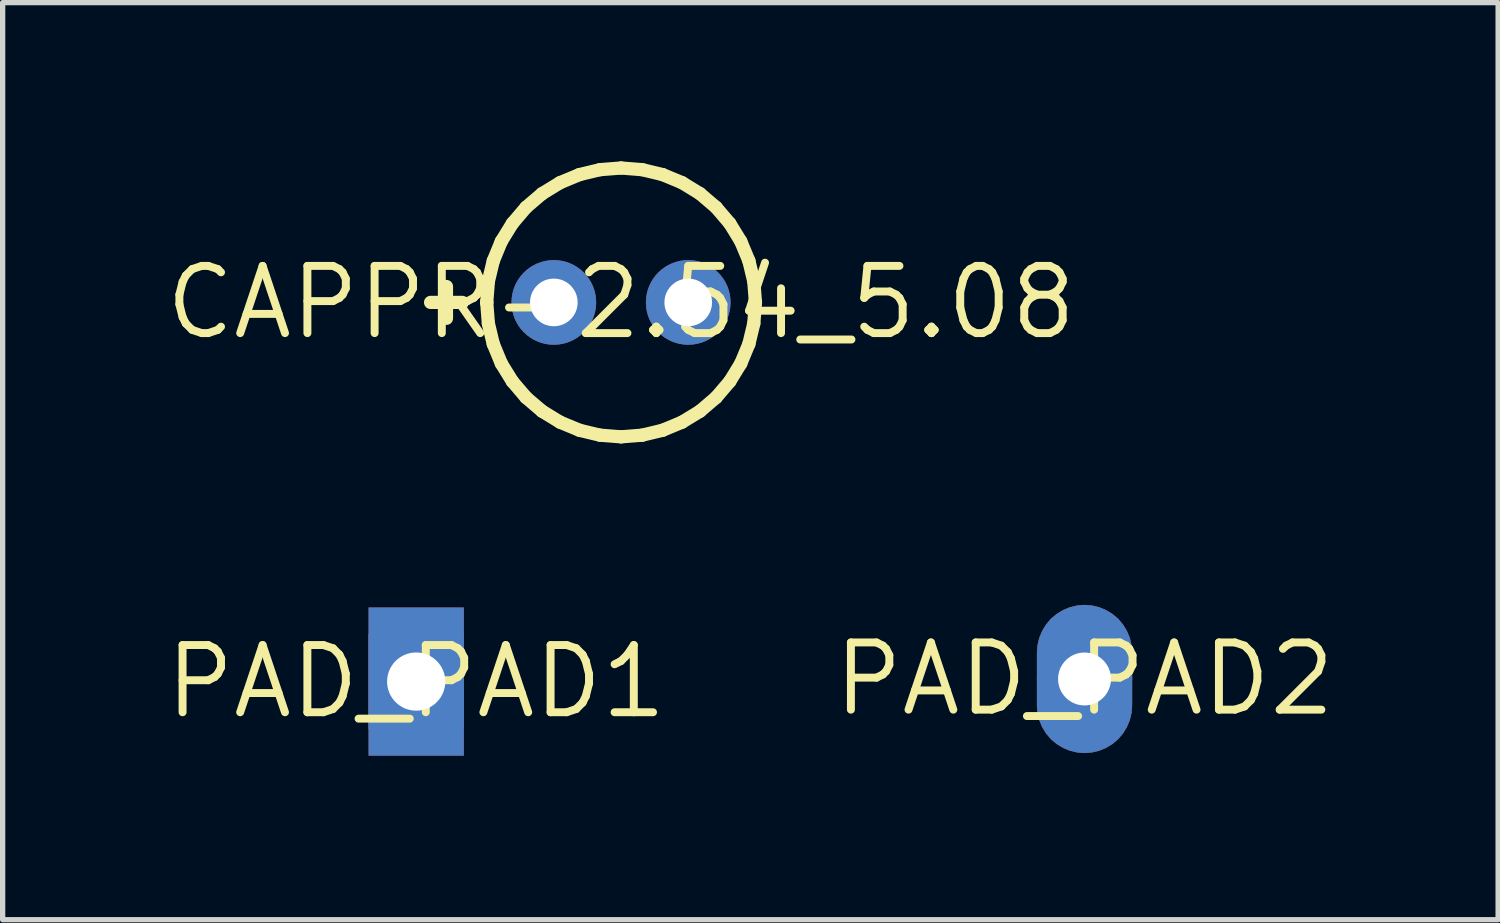
<source format=kicad_pcb>
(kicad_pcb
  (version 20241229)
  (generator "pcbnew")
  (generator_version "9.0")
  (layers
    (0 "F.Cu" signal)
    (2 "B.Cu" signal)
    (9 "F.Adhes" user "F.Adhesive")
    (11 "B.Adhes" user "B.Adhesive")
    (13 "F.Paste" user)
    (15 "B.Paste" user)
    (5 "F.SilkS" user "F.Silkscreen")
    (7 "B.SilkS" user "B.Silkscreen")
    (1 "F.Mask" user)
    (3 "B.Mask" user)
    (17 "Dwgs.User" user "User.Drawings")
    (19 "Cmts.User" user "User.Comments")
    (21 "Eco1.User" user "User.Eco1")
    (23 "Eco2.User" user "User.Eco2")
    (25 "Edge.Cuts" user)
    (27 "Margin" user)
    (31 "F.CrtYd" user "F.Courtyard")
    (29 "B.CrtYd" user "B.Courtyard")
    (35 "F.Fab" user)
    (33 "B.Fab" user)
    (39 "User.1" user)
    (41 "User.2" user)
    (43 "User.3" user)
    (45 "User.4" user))
  (footprint "CAPPR-2.54_5.08"
    (layer "F.Cu")
    (at 8.686 2.665)
    (property "Reference" "CAPPR-2.54_5.08" (at 0 0 0) (layer "F.SilkS") (effects (font (size 1.27 1.27) (thickness 0.15))))
    (fp_line (start -3.599 0) (end -2.999 0) (stroke (width 0.25) (type solid)) (layer "F.SilkS"))
    (fp_line (start -3.299 0.3) (end -3.299 -0.3) (stroke (width 0.25) (type solid)) (layer "F.SilkS"))
    (fp_line (start -2.538 -0.001) (end -2.538 0.001) (stroke (width 0.25) (type solid)) (layer "F.SilkS"))
    (fp_line (start -2.538 0.001) (end -2.507 0.398) (stroke (width 0.25) (type solid)) (layer "F.SilkS"))
    (fp_line (start -2.507 -0.398) (end -2.538 -0.001) (stroke (width 0.25) (type solid)) (layer "F.SilkS"))
    (fp_line (start -2.507 0.398) (end -2.414 0.786) (stroke (width 0.25) (type solid)) (layer "F.SilkS"))
    (fp_line (start -2.414 -0.786) (end -2.507 -0.398) (stroke (width 0.25) (type solid)) (layer "F.SilkS"))
    (fp_line (start -2.414 0.786) (end -2.262 1.154) (stroke (width 0.25) (type solid)) (layer "F.SilkS"))
    (fp_line (start -2.262 -1.154) (end -2.414 -0.786) (stroke (width 0.25) (type solid)) (layer "F.SilkS"))
    (fp_line (start -2.262 1.154) (end -2.053 1.493) (stroke (width 0.25) (type solid)) (layer "F.SilkS"))
    (fp_line (start -2.053 -1.493) (end -2.262 -1.154) (stroke (width 0.25) (type solid)) (layer "F.SilkS"))
    (fp_line (start -2.053 1.493) (end -1.795 1.796) (stroke (width 0.25) (type solid)) (layer "F.SilkS"))
    (fp_line (start -1.795 -1.796) (end -2.053 -1.493) (stroke (width 0.25) (type solid)) (layer "F.SilkS"))
    (fp_line (start -1.795 1.796) (end -1.492 2.055) (stroke (width 0.25) (type solid)) (layer "F.SilkS"))
    (fp_line (start -1.492 -2.055) (end -1.795 -1.796) (stroke (width 0.25) (type solid)) (layer "F.SilkS"))
    (fp_line (start -1.492 2.055) (end -1.152 2.263) (stroke (width 0.25) (type solid)) (layer "F.SilkS"))
    (fp_line (start -1.152 -2.263) (end -1.492 -2.055) (stroke (width 0.25) (type solid)) (layer "F.SilkS"))
    (fp_line (start -1.152 2.263) (end -0.784 2.416) (stroke (width 0.25) (type solid)) (layer "F.SilkS"))
    (fp_line (start -0.784 -2.416) (end -1.152 -2.263) (stroke (width 0.25) (type solid)) (layer "F.SilkS"))
    (fp_line (start -0.784 2.416) (end -0.396 2.509) (stroke (width 0.25) (type solid)) (layer "F.SilkS"))
    (fp_line (start -0.396 -2.509) (end -0.784 -2.416) (stroke (width 0.25) (type solid)) (layer "F.SilkS"))
    (fp_line (start -0.396 2.509) (end 0.001 2.54) (stroke (width 0.25) (type solid)) (layer "F.SilkS"))
    (fp_line (start 0.001 -2.54) (end -0.396 -2.509) (stroke (width 0.25) (type solid)) (layer "F.SilkS"))
    (fp_line (start 0.001 2.54) (end 0.398 2.509) (stroke (width 0.25) (type solid)) (layer "F.SilkS"))
    (fp_line (start 0.398 -2.509) (end 0.001 -2.54) (stroke (width 0.25) (type solid)) (layer "F.SilkS"))
    (fp_line (start 0.398 2.509) (end 0.785 2.416) (stroke (width 0.25) (type solid)) (layer "F.SilkS"))
    (fp_line (start 0.785 -2.416) (end 0.398 -2.509) (stroke (width 0.25) (type solid)) (layer "F.SilkS"))
    (fp_line (start 0.785 2.416) (end 1.153 2.263) (stroke (width 0.25) (type solid)) (layer "F.SilkS"))
    (fp_line (start 1.153 -2.263) (end 0.785 -2.416) (stroke (width 0.25) (type solid)) (layer "F.SilkS"))
    (fp_line (start 1.153 2.263) (end 1.493 2.055) (stroke (width 0.25) (type solid)) (layer "F.SilkS"))
    (fp_line (start 1.493 -2.055) (end 1.153 -2.263) (stroke (width 0.25) (type solid)) (layer "F.SilkS"))
    (fp_line (start 1.493 2.055) (end 1.796 1.796) (stroke (width 0.25) (type solid)) (layer "F.SilkS"))
    (fp_line (start 1.796 -1.796) (end 1.493 -2.055) (stroke (width 0.25) (type solid)) (layer "F.SilkS"))
    (fp_line (start 1.796 1.796) (end 2.055 1.493) (stroke (width 0.25) (type solid)) (layer "F.SilkS"))
    (fp_line (start 2.055 -1.493) (end 1.796 -1.796) (stroke (width 0.25) (type solid)) (layer "F.SilkS"))
    (fp_line (start 2.055 1.493) (end 2.263 1.154) (stroke (width 0.25) (type solid)) (layer "F.SilkS"))
    (fp_line (start 2.263 -1.154) (end 2.055 -1.493) (stroke (width 0.25) (type solid)) (layer "F.SilkS"))
    (fp_line (start 2.263 1.154) (end 2.416 0.786) (stroke (width 0.25) (type solid)) (layer "F.SilkS"))
    (fp_line (start 2.416 -0.786) (end 2.263 -1.154) (stroke (width 0.25) (type solid)) (layer "F.SilkS"))
    (fp_line (start 2.416 0.786) (end 2.509 0.398) (stroke (width 0.25) (type solid)) (layer "F.SilkS"))
    (fp_line (start 2.509 -0.398) (end 2.416 -0.786) (stroke (width 0.25) (type solid)) (layer "F.SilkS"))
    (fp_line (start 2.509 0.398) (end 2.54 0.001) (stroke (width 0.25) (type solid)) (layer "F.SilkS"))
    (fp_line (start 2.54 -0.001) (end 2.509 -0.398) (stroke (width 0.25) (type solid)) (layer "F.SilkS"))
    (fp_line (start 2.54 0.001) (end 2.54 -0.001) (stroke (width 0.25) (type solid)) (layer "F.SilkS"))
    (pad "1" thru_hole circle (at -1.27 0) (size 1.6 1.6) (drill 0.9) (layers "*.Cu" "*.Mask"))
    (pad "2" thru_hole circle (at 1.27 0) (size 1.6 1.6) (drill 0.9) (layers "*.Cu" "*.Mask")))
  (footprint "PAD_PAD1"
    (layer "F.Cu")
    (at 4.815 9.83)
    (property "Reference" "PAD_PAD1" (at 0 0 0) (layer "F.SilkS") (effects (font (size 1.27 1.27) (thickness 0.15))))
    (fp_poly (pts (xy 0.9 1.4) (xy -0.9 1.4) (xy -0.9 -1.4) (xy 0.9 -1.4)) (stroke (width 0) (type default)) (fill yes) (layer "F.Cu"))
    (fp_poly (pts (xy -1 -1.5) (xy 1 -1.5) (xy 1 1.5) (xy -1 1.5)) (stroke (width 0) (type default)) (fill yes) (layer "F.Mask"))
    (fp_poly (pts (xy 0.9 1.4) (xy -0.9 1.4) (xy -0.9 -1.4) (xy 0.9 -1.4)) (stroke (width 0) (type default)) (fill yes) (layer "B.Cu"))
    (fp_poly (pts (xy -0.95 -1.45) (xy 0.95 -1.45) (xy 0.95 1.45) (xy -0.95 1.45)) (stroke (width 0) (type default)) (fill yes) (layer "B.Mask"))
    (pad "1" thru_hole rect (at 0 0) (size 1.8 1.8) (drill 1.1) (layers "*.Cu")))
  (footprint "PAD_PAD2"
    (layer "F.Cu")
    (at 17.445 9.781)
    (property "Reference" "PAD_PAD2" (at 0 0 0) (layer "F.SilkS") (effects (font (size 1.27 1.27) (thickness 0.15))))
    (fp_poly (pts (xy 0.141 -1.389) (xy 0.278 -1.356) (xy 0.408 -1.302) (xy 0.529 -1.228) (xy 0.637 -1.137) (xy 0.728 -1.029) (xy 0.802 -0.908) (xy 0.856 -0.778) (xy 0.889 -0.641) (xy 0.9 -0.5) (xy 0.9 0.5) (xy 0.889 0.641) (xy 0.856 0.778) (xy 0.802 0.908) (xy 0.728 1.029) (xy 0.637 1.137) (xy 0.529 1.228) (xy 0.408 1.302) (xy 0.278 1.356) (xy 0.141 1.389) (xy 0 1.4) (xy -0.141 1.389) (xy -0.278 1.356) (xy -0.408 1.302) (xy -0.529 1.228) (xy -0.637 1.137) (xy -0.728 1.029) (xy -0.802 0.908) (xy -0.856 0.778) (xy -0.889 0.641) (xy -0.9 0.5) (xy -0.9 -0.5) (xy -0.889 -0.641) (xy -0.856 -0.778) (xy -0.802 -0.908) (xy -0.728 -1.029) (xy -0.637 -1.137) (xy -0.529 -1.228) (xy -0.408 -1.302) (xy -0.278 -1.356) (xy -0.141 -1.389) (xy 0 -1.4)) (stroke (width 0) (type default)) (fill yes) (layer "F.Cu"))
    (fp_poly (pts (xy 0.149 -1.439) (xy 0.294 -1.405) (xy 0.431 -1.347) (xy 0.559 -1.27) (xy 0.673 -1.173) (xy 0.77 -1.059) (xy 0.847 -0.931) (xy 0.905 -0.794) (xy 0.939 -0.649) (xy 0.951 -0.5) (xy 0.951 0.5) (xy 0.939 0.649) (xy 0.905 0.794) (xy 0.847 0.931) (xy 0.77 1.059) (xy 0.673 1.173) (xy 0.559 1.27) (xy 0.431 1.347) (xy 0.294 1.405) (xy 0.149 1.439) (xy 0 1.451) (xy -0.149 1.439) (xy -0.294 1.405) (xy -0.431 1.347) (xy -0.559 1.27) (xy -0.673 1.173) (xy -0.77 1.059) (xy -0.847 0.931) (xy -0.905 0.794) (xy -0.939 0.649) (xy -0.951 0.5) (xy -0.951 -0.5) (xy -0.939 -0.649) (xy -0.905 -0.794) (xy -0.847 -0.931) (xy -0.77 -1.059) (xy -0.673 -1.173) (xy -0.559 -1.27) (xy -0.431 -1.347) (xy -0.294 -1.405) (xy -0.149 -1.439) (xy 0 -1.451)) (stroke (width 0) (type default)) (fill yes) (layer "F.Mask"))
    (fp_poly (pts (xy 0.141 -1.389) (xy 0.278 -1.356) (xy 0.408 -1.302) (xy 0.529 -1.228) (xy 0.637 -1.137) (xy 0.728 -1.029) (xy 0.802 -0.908) (xy 0.856 -0.778) (xy 0.889 -0.641) (xy 0.9 -0.5) (xy 0.9 0.5) (xy 0.889 0.641) (xy 0.856 0.778) (xy 0.802 0.908) (xy 0.728 1.029) (xy 0.637 1.137) (xy 0.529 1.228) (xy 0.408 1.302) (xy 0.278 1.356) (xy 0.141 1.389) (xy 0 1.4) (xy -0.141 1.389) (xy -0.278 1.356) (xy -0.408 1.302) (xy -0.529 1.228) (xy -0.637 1.137) (xy -0.728 1.029) (xy -0.802 0.908) (xy -0.856 0.778) (xy -0.889 0.641) (xy -0.9 0.5) (xy -0.9 -0.5) (xy -0.889 -0.641) (xy -0.856 -0.778) (xy -0.802 -0.908) (xy -0.728 -1.029) (xy -0.637 -1.137) (xy -0.529 -1.228) (xy -0.408 -1.302) (xy -0.278 -1.356) (xy -0.141 -1.389) (xy 0 -1.4)) (stroke (width 0) (type default)) (fill yes) (layer "B.Cu"))
    (fp_poly (pts (xy 0.149 -1.439) (xy 0.294 -1.405) (xy 0.431 -1.347) (xy 0.559 -1.27) (xy 0.673 -1.173) (xy 0.77 -1.059) (xy 0.847 -0.931) (xy 0.905 -0.794) (xy 0.939 -0.649) (xy 0.951 -0.5) (xy 0.951 0.5) (xy 0.939 0.649) (xy 0.905 0.794) (xy 0.847 0.931) (xy 0.77 1.059) (xy 0.673 1.173) (xy 0.559 1.27) (xy 0.431 1.347) (xy 0.294 1.405) (xy 0.149 1.439) (xy 0 1.451) (xy -0.149 1.439) (xy -0.294 1.405) (xy -0.431 1.347) (xy -0.559 1.27) (xy -0.673 1.173) (xy -0.77 1.059) (xy -0.847 0.931) (xy -0.905 0.794) (xy -0.939 0.649) (xy -0.951 0.5) (xy -0.951 -0.5) (xy -0.939 -0.649) (xy -0.905 -0.794) (xy -0.847 -0.931) (xy -0.77 -1.059) (xy -0.673 -1.173) (xy -0.559 -1.27) (xy -0.431 -1.347) (xy -0.294 -1.405) (xy -0.149 -1.439) (xy 0 -1.451)) (stroke (width 0) (type default)) (fill yes) (layer "B.Mask"))
    (pad "2" thru_hole circle (at 0 0) (size 1.8 1.8) (drill 1) (layers "*.Cu")))
  (gr_rect
    (start -3 -3)
    (end 25.261 14.33)
    (stroke (width 0.1) (type default))
    (fill no)
    (layer "Edge.Cuts")))
</source>
